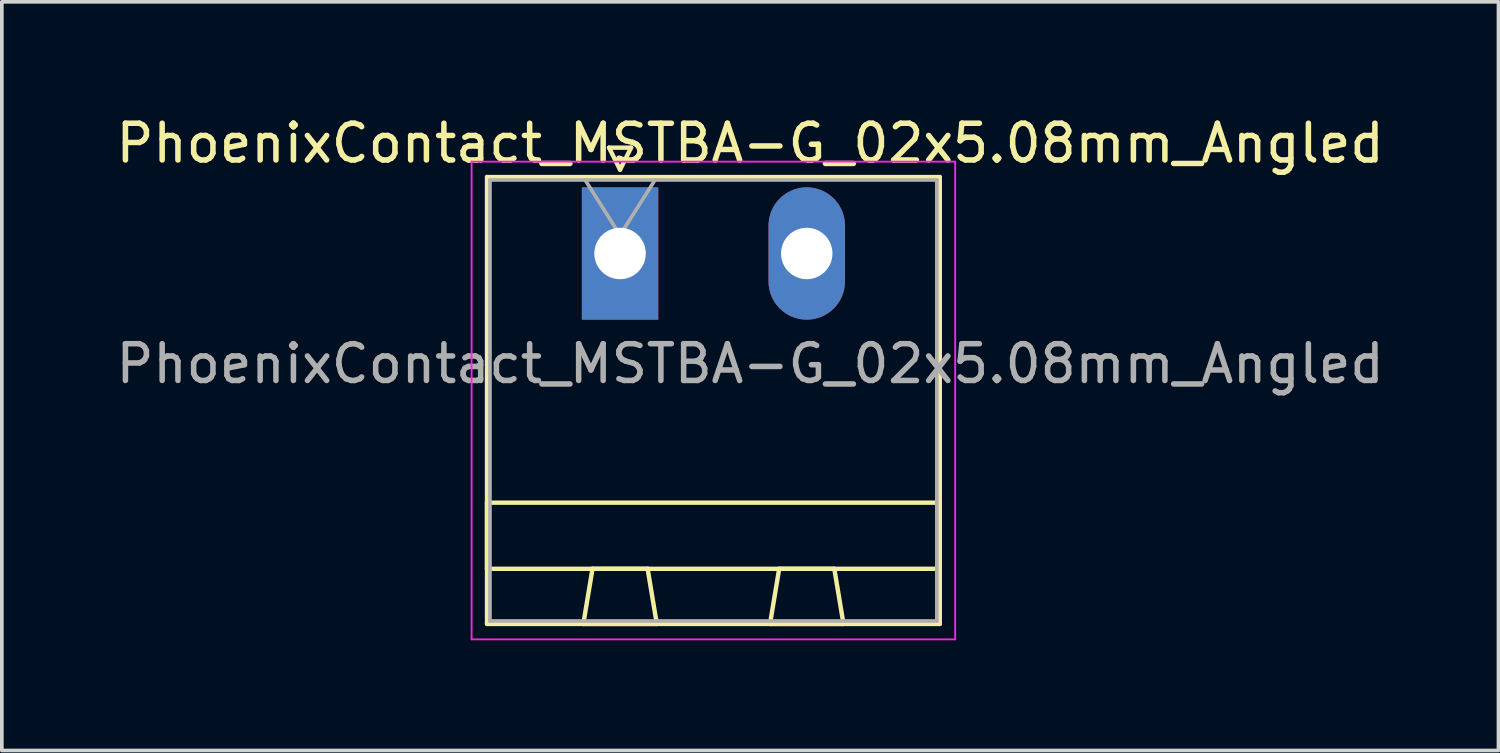
<source format=kicad_pcb>
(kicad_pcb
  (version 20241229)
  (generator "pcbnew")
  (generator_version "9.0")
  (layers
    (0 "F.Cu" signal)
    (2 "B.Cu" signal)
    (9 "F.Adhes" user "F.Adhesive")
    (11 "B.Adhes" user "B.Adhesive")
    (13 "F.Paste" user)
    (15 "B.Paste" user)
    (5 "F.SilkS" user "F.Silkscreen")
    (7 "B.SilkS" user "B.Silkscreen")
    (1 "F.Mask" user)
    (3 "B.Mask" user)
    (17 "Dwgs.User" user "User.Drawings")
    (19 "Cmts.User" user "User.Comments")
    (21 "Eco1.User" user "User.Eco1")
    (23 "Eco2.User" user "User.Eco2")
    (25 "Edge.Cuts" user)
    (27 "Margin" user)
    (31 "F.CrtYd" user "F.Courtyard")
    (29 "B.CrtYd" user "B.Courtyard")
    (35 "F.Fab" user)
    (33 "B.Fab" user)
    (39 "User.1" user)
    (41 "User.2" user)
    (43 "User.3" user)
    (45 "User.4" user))
  (footprint "PhoenixContact_MSTBA-G_02x5.08mm_Angled"
    (layer "F.Cu")
    (at 13.823 3.848)
    (property "Reference" "PhoenixContact_MSTBA-G_02x5.08mm_Angled" (at 3.54 -3 0) (layer "F.SilkS") (effects (font (size 1 1) (thickness 0.15))))
    (attr through_hole)
    (fp_line (start -3.62 -2.08) (end -3.62 10.08) (stroke (width 0.12) (type solid)) (layer "F.SilkS"))
    (fp_line (start -3.62 6.78) (end 8.7 6.78) (stroke (width 0.12) (type solid)) (layer "F.SilkS"))
    (fp_line (start -3.62 8.58) (end -3.62 6.78) (stroke (width 0.12) (type solid)) (layer "F.SilkS"))
    (fp_line (start -3.62 10.08) (end 8.7 10.08) (stroke (width 0.12) (type solid)) (layer "F.SilkS"))
    (fp_line (start -1 10.08) (end 1 10.08) (stroke (width 0.12) (type solid)) (layer "F.SilkS"))
    (fp_line (start -0.75 8.58) (end -1 10.08) (stroke (width 0.12) (type solid)) (layer "F.SilkS"))
    (fp_line (start -0.3 -2.88) (end 0.3 -2.88) (stroke (width 0.12) (type solid)) (layer "F.SilkS"))
    (fp_line (start 0 -2.28) (end -0.3 -2.88) (stroke (width 0.12) (type solid)) (layer "F.SilkS"))
    (fp_line (start 0.3 -2.88) (end 0 -2.28) (stroke (width 0.12) (type solid)) (layer "F.SilkS"))
    (fp_line (start 0.75 8.58) (end -0.75 8.58) (stroke (width 0.12) (type solid)) (layer "F.SilkS"))
    (fp_line (start 1 10.08) (end 0.75 8.58) (stroke (width 0.12) (type solid)) (layer "F.SilkS"))
    (fp_line (start 4.08 10.08) (end 6.08 10.08) (stroke (width 0.12) (type solid)) (layer "F.SilkS"))
    (fp_line (start 4.33 8.58) (end 4.08 10.08) (stroke (width 0.12) (type solid)) (layer "F.SilkS"))
    (fp_line (start 5.83 8.58) (end 4.33 8.58) (stroke (width 0.12) (type solid)) (layer "F.SilkS"))
    (fp_line (start 6.08 10.08) (end 5.83 8.58) (stroke (width 0.12) (type solid)) (layer "F.SilkS"))
    (fp_line (start 8.7 -2.08) (end -3.62 -2.08) (stroke (width 0.12) (type solid)) (layer "F.SilkS"))
    (fp_line (start 8.7 6.78) (end 8.7 8.58) (stroke (width 0.12) (type solid)) (layer "F.SilkS"))
    (fp_line (start 8.7 8.58) (end -3.62 8.58) (stroke (width 0.12) (type solid)) (layer "F.SilkS"))
    (fp_line (start 8.7 10.08) (end 8.7 -2.08) (stroke (width 0.12) (type solid)) (layer "F.SilkS"))
    (fp_line (start -4.04 -2.5) (end -4.04 10.5) (stroke (width 0.05) (type solid)) (layer "F.CrtYd"))
    (fp_line (start -4.04 10.5) (end 9.12 10.5) (stroke (width 0.05) (type solid)) (layer "F.CrtYd"))
    (fp_line (start 9.12 -2.5) (end -4.04 -2.5) (stroke (width 0.05) (type solid)) (layer "F.CrtYd"))
    (fp_line (start 9.12 10.5) (end 9.12 -2.5) (stroke (width 0.05) (type solid)) (layer "F.CrtYd"))
    (fp_line (start -3.54 -2) (end -3.54 10) (stroke (width 0.1) (type solid)) (layer "F.Fab"))
    (fp_line (start -3.54 10) (end 8.62 10) (stroke (width 0.1) (type solid)) (layer "F.Fab"))
    (fp_line (start 0 -0.5) (end -0.95 -2) (stroke (width 0.1) (type solid)) (layer "F.Fab"))
    (fp_line (start 0.95 -2) (end 0 -0.5) (stroke (width 0.1) (type solid)) (layer "F.Fab"))
    (fp_line (start 8.62 -2) (end -3.54 -2) (stroke (width 0.1) (type solid)) (layer "F.Fab"))
    (fp_line (start 8.62 10) (end 8.62 -2) (stroke (width 0.1) (type solid)) (layer "F.Fab"))
    (fp_text user "${REFERENCE}" (at 3.54 3 0) (layer "F.Fab") (effects (font (size 1 1) (thickness 0.15))))
    (pad "1" thru_hole rect (at 0 0) (size 2.08 3.6) (drill 1.4) (layers "*.Cu" "*.Mask"))
    (pad "2" thru_hole oval (at 5.08 0) (size 2.08 3.6) (drill 1.4) (layers "*.Cu" "*.Mask")))
  (gr_rect
    (start -3 -3)
    (end 37.726 17.373)
    (stroke (width 0.1) (type default))
    (fill no)
    (layer "Edge.Cuts")))
</source>
